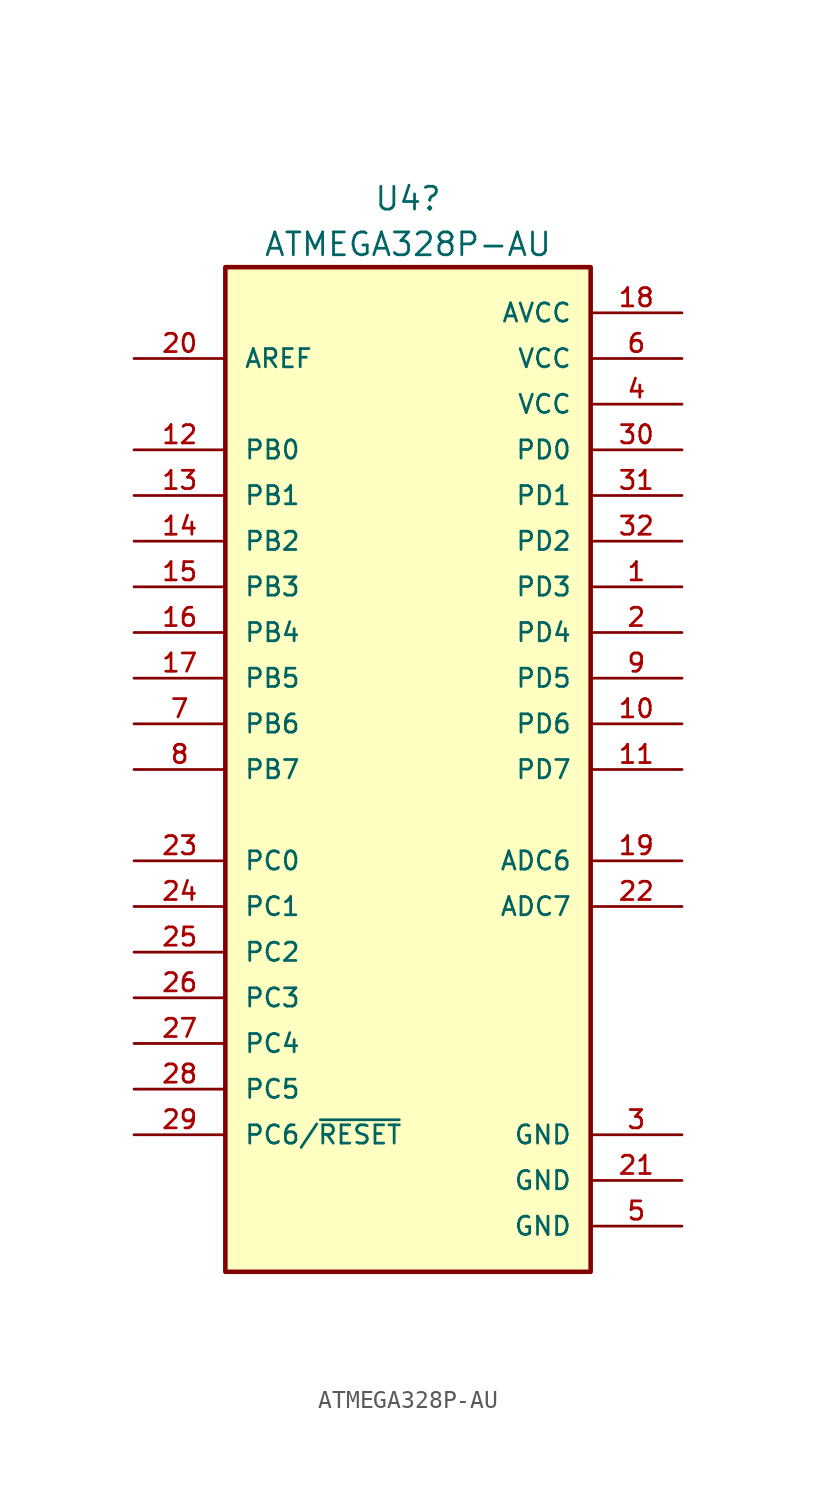
<source format=kicad_sym>
(kicad_symbol_lib
  (version 20220914)
  (generator kicad_symbol_editor)
  (symbol "ATMEGA328P-AU"
    (pin_names
      (offset 1.016))
    (property "Reference" "U4"
      (at 0 31.75 0)
      (effects (font (size 1.27 1.27))))
    (property "Value" "ATMEGA328P-AU"
      (at 0 29.21 0)
      (effects (font (size 1.27 1.27))))
    (property "Purpose" ""
      (at 0 0 0)
      (effects (font (size 1.27 1.27))))
    (symbol "ATMEGA328P-AU_0_0"
      (rectangle (start -10.16 -27.94) (end 10.16 27.94) (stroke (width 0.254) (type default)) (fill (type background)))
      (pin bidirectional line (at 15.24 10.16 180) (length 5.08) (name "PD3" (effects (font (size 1.016 1.016)))) (number "1" (effects (font (size 1.016 1.016)))))
      (pin bidirectional line (at 15.24 2.54 180) (length 5.08) (name "PD6" (effects (font (size 1.016 1.016)))) (number "10" (effects (font (size 1.016 1.016)))))
      (pin bidirectional line (at 15.24 0 180) (length 5.08) (name "PD7" (effects (font (size 1.016 1.016)))) (number "11" (effects (font (size 1.016 1.016)))))
      (pin bidirectional line (at -15.24 17.78 0) (length 5.08) (name "PB0" (effects (font (size 1.016 1.016)))) (number "12" (effects (font (size 1.016 1.016)))))
      (pin bidirectional line (at -15.24 15.24 0) (length 5.08) (name "PB1" (effects (font (size 1.016 1.016)))) (number "13" (effects (font (size 1.016 1.016)))))
      (pin bidirectional line (at -15.24 12.7 0) (length 5.08) (name "PB2" (effects (font (size 1.016 1.016)))) (number "14" (effects (font (size 1.016 1.016)))))
      (pin bidirectional line (at -15.24 10.16 0) (length 5.08) (name "PB3" (effects (font (size 1.016 1.016)))) (number "15" (effects (font (size 1.016 1.016)))))
      (pin bidirectional line (at -15.24 7.62 0) (length 5.08) (name "PB4" (effects (font (size 1.016 1.016)))) (number "16" (effects (font (size 1.016 1.016)))))
      (pin bidirectional line (at -15.24 5.08 0) (length 5.08) (name "PB5" (effects (font (size 1.016 1.016)))) (number "17" (effects (font (size 1.016 1.016)))))
      (pin power_in line (at 15.24 25.4 180) (length 5.08) (name "AVCC" (effects (font (size 1.016 1.016)))) (number "18" (effects (font (size 1.016 1.016)))))
      (pin bidirectional line (at 15.24 -5.08 180) (length 5.08) (name "ADC6" (effects (font (size 1.016 1.016)))) (number "19" (effects (font (size 1.016 1.016)))))
      (pin bidirectional line (at 15.24 7.62 180) (length 5.08) (name "PD4" (effects (font (size 1.016 1.016)))) (number "2" (effects (font (size 1.016 1.016)))))
      (pin input line (at -15.24 22.86 0) (length 5.08) (name "AREF" (effects (font (size 1.016 1.016)))) (number "20" (effects (font (size 1.016 1.016)))))
      (pin power_in line (at 15.24 -22.86 180) (length 5.08) (name "GND" (effects (font (size 1.016 1.016)))) (number "21" (effects (font (size 1.016 1.016)))))
      (pin bidirectional line (at 15.24 -7.62 180) (length 5.08) (name "ADC7" (effects (font (size 1.016 1.016)))) (number "22" (effects (font (size 1.016 1.016)))))
      (pin bidirectional line (at -15.24 -5.08 0) (length 5.08) (name "PC0" (effects (font (size 1.016 1.016)))) (number "23" (effects (font (size 1.016 1.016)))))
      (pin bidirectional line (at -15.24 -7.62 0) (length 5.08) (name "PC1" (effects (font (size 1.016 1.016)))) (number "24" (effects (font (size 1.016 1.016)))))
      (pin bidirectional line (at -15.24 -10.16 0) (length 5.08) (name "PC2" (effects (font (size 1.016 1.016)))) (number "25" (effects (font (size 1.016 1.016)))))
      (pin bidirectional line (at -15.24 -12.7 0) (length 5.08) (name "PC3" (effects (font (size 1.016 1.016)))) (number "26" (effects (font (size 1.016 1.016)))))
      (pin bidirectional line (at -15.24 -15.24 0) (length 5.08) (name "PC4" (effects (font (size 1.016 1.016)))) (number "27" (effects (font (size 1.016 1.016)))))
      (pin bidirectional line (at -15.24 -17.78 0) (length 5.08) (name "PC5" (effects (font (size 1.016 1.016)))) (number "28" (effects (font (size 1.016 1.016)))))
      (pin bidirectional line (at -15.24 -20.32 0) (length 5.08) (name "PC6/~{RESET}" (effects (font (size 1.016 1.016)))) (number "29" (effects (font (size 1.016 1.016)))))
      (pin power_in line (at 15.24 -20.32 180) (length 5.08) (name "GND" (effects (font (size 1.016 1.016)))) (number "3" (effects (font (size 1.016 1.016)))))
      (pin bidirectional line (at 15.24 17.78 180) (length 5.08) (name "PD0" (effects (font (size 1.016 1.016)))) (number "30" (effects (font (size 1.016 1.016)))))
      (pin bidirectional line (at 15.24 15.24 180) (length 5.08) (name "PD1" (effects (font (size 1.016 1.016)))) (number "31" (effects (font (size 1.016 1.016)))))
      (pin bidirectional line (at 15.24 12.7 180) (length 5.08) (name "PD2" (effects (font (size 1.016 1.016)))) (number "32" (effects (font (size 1.016 1.016)))))
      (pin power_in line (at 15.24 20.32 180) (length 5.08) (name "VCC" (effects (font (size 1.016 1.016)))) (number "4" (effects (font (size 1.016 1.016)))))
      (pin power_in line (at 15.24 -25.4 180) (length 5.08) (name "GND" (effects (font (size 1.016 1.016)))) (number "5" (effects (font (size 1.016 1.016)))))
      (pin power_in line (at 15.24 22.86 180) (length 5.08) (name "VCC" (effects (font (size 1.016 1.016)))) (number "6" (effects (font (size 1.016 1.016)))))
      (pin bidirectional line (at -15.24 2.54 0) (length 5.08) (name "PB6" (effects (font (size 1.016 1.016)))) (number "7" (effects (font (size 1.016 1.016)))))
      (pin bidirectional line (at -15.24 0 0) (length 5.08) (name "PB7" (effects (font (size 1.016 1.016)))) (number "8" (effects (font (size 1.016 1.016)))))
      (pin bidirectional line (at 15.24 5.08 180) (length 5.08) (name "PD5" (effects (font (size 1.016 1.016)))) (number "9" (effects (font (size 1.016 1.016))))))))
</source>
